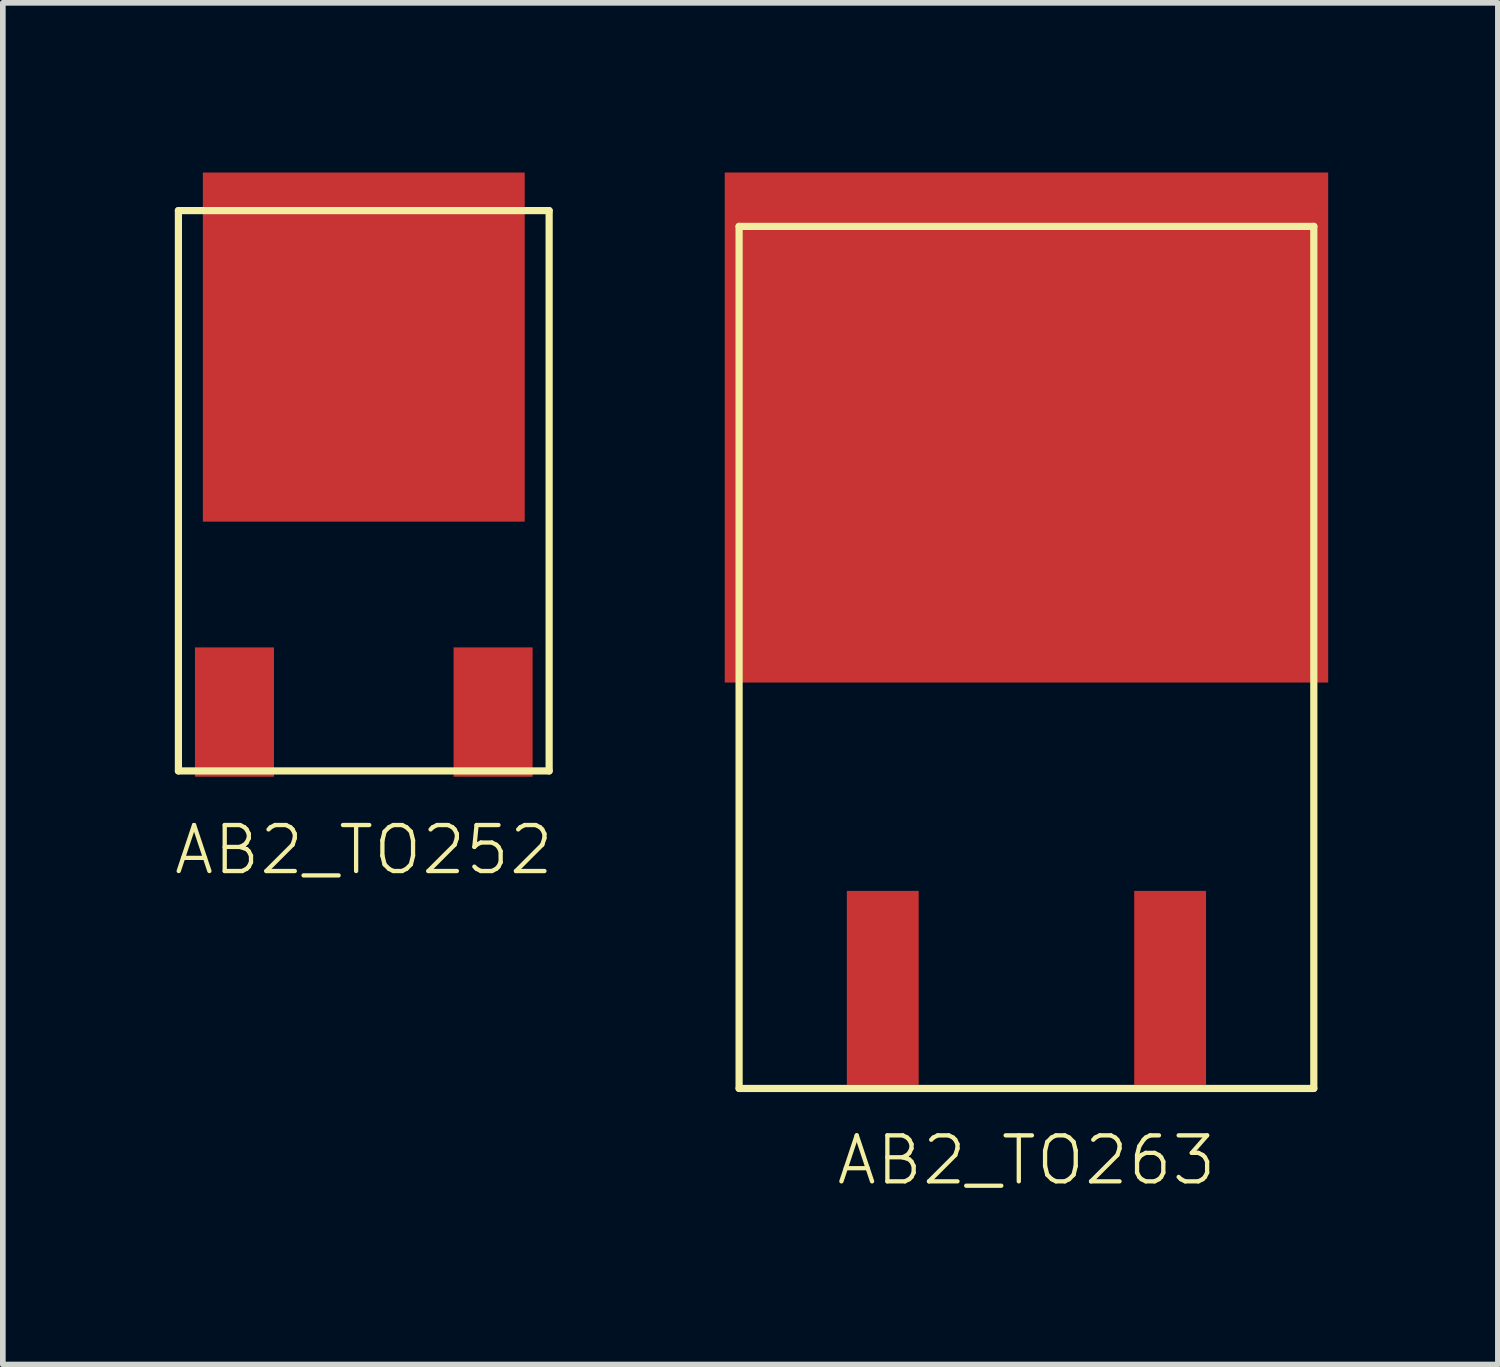
<source format=kicad_pcb>
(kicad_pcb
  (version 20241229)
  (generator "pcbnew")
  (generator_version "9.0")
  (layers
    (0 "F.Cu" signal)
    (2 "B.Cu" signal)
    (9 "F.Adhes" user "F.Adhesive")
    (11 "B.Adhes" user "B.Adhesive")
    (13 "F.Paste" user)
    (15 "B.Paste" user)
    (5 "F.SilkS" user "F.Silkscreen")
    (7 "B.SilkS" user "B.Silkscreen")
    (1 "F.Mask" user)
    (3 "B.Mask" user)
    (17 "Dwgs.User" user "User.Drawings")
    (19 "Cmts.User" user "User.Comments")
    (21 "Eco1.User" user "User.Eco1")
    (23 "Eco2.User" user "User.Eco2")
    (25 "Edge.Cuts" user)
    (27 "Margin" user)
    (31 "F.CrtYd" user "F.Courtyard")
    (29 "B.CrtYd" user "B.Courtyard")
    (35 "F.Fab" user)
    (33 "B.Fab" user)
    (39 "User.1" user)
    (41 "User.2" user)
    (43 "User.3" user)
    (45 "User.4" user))
  (footprint "AB2_TO252"
    (layer "F.Cu")
    (at 3.381 5.626)
    (property "Reference" "AB2_TO252" (at 0 6.35 0) (layer "F.SilkS") (effects (font (size 0.813 0.813) (thickness 0.076))))
    (attr through_hole)
    (fp_line (start -3.277 -4.953) (end 3.277 -4.953) (stroke (width 0.127) (type solid)) (layer "F.SilkS"))
    (fp_line (start -3.277 4.953) (end -3.277 -4.953) (stroke (width 0.127) (type solid)) (layer "F.SilkS"))
    (fp_line (start 3.277 -4.953) (end 3.277 4.953) (stroke (width 0.127) (type solid)) (layer "F.SilkS"))
    (fp_line (start 3.277 4.953) (end -3.277 4.953) (stroke (width 0.127) (type solid)) (layer "F.SilkS"))
    (pad "D" smd rect (at 0 -2.54) (size 5.69 6.172) (layers "F.Cu" "F.Mask" "F.Paste"))
    (pad "G" smd rect (at -2.286 3.912) (size 1.397 2.286) (layers "F.Cu" "F.Mask" "F.Paste"))
    (pad "S" smd rect (at 2.286 3.912) (size 1.397 2.286) (layers "F.Cu" "F.Mask" "F.Paste")))
  (footprint "AB2_TO263"
    (layer "F.Cu")
    (at 15.096 8.572)
    (property "Reference" "AB2_TO263" (at 0 8.89 0) (layer "F.SilkS") (effects (font (size 0.813 0.813) (thickness 0.076))))
    (attr through_hole)
    (fp_line (start -5.08 -7.62) (end 5.08 -7.62) (stroke (width 0.127) (type solid)) (layer "F.SilkS"))
    (fp_line (start -5.08 7.62) (end -5.08 -7.62) (stroke (width 0.127) (type solid)) (layer "F.SilkS"))
    (fp_line (start 5.08 -7.62) (end 5.08 7.62) (stroke (width 0.127) (type solid)) (layer "F.SilkS"))
    (fp_line (start 5.08 7.62) (end -5.08 7.62) (stroke (width 0.127) (type solid)) (layer "F.SilkS"))
    (pad "D" smd rect (at 0 -4.064) (size 10.668 9.017) (layers "F.Cu" "F.Mask" "F.Paste"))
    (pad "G" smd rect (at -2.54 5.842) (size 1.27 3.429) (layers "F.Cu" "F.Mask" "F.Paste"))
    (pad "S" smd rect (at 2.54 5.842) (size 1.27 3.429) (layers "F.Cu" "F.Mask" "F.Paste")))
  (gr_rect
    (start -3 -3)
    (end 23.43 21.072)
    (stroke (width 0.1) (type default))
    (fill no)
    (layer "Edge.Cuts")))
</source>
